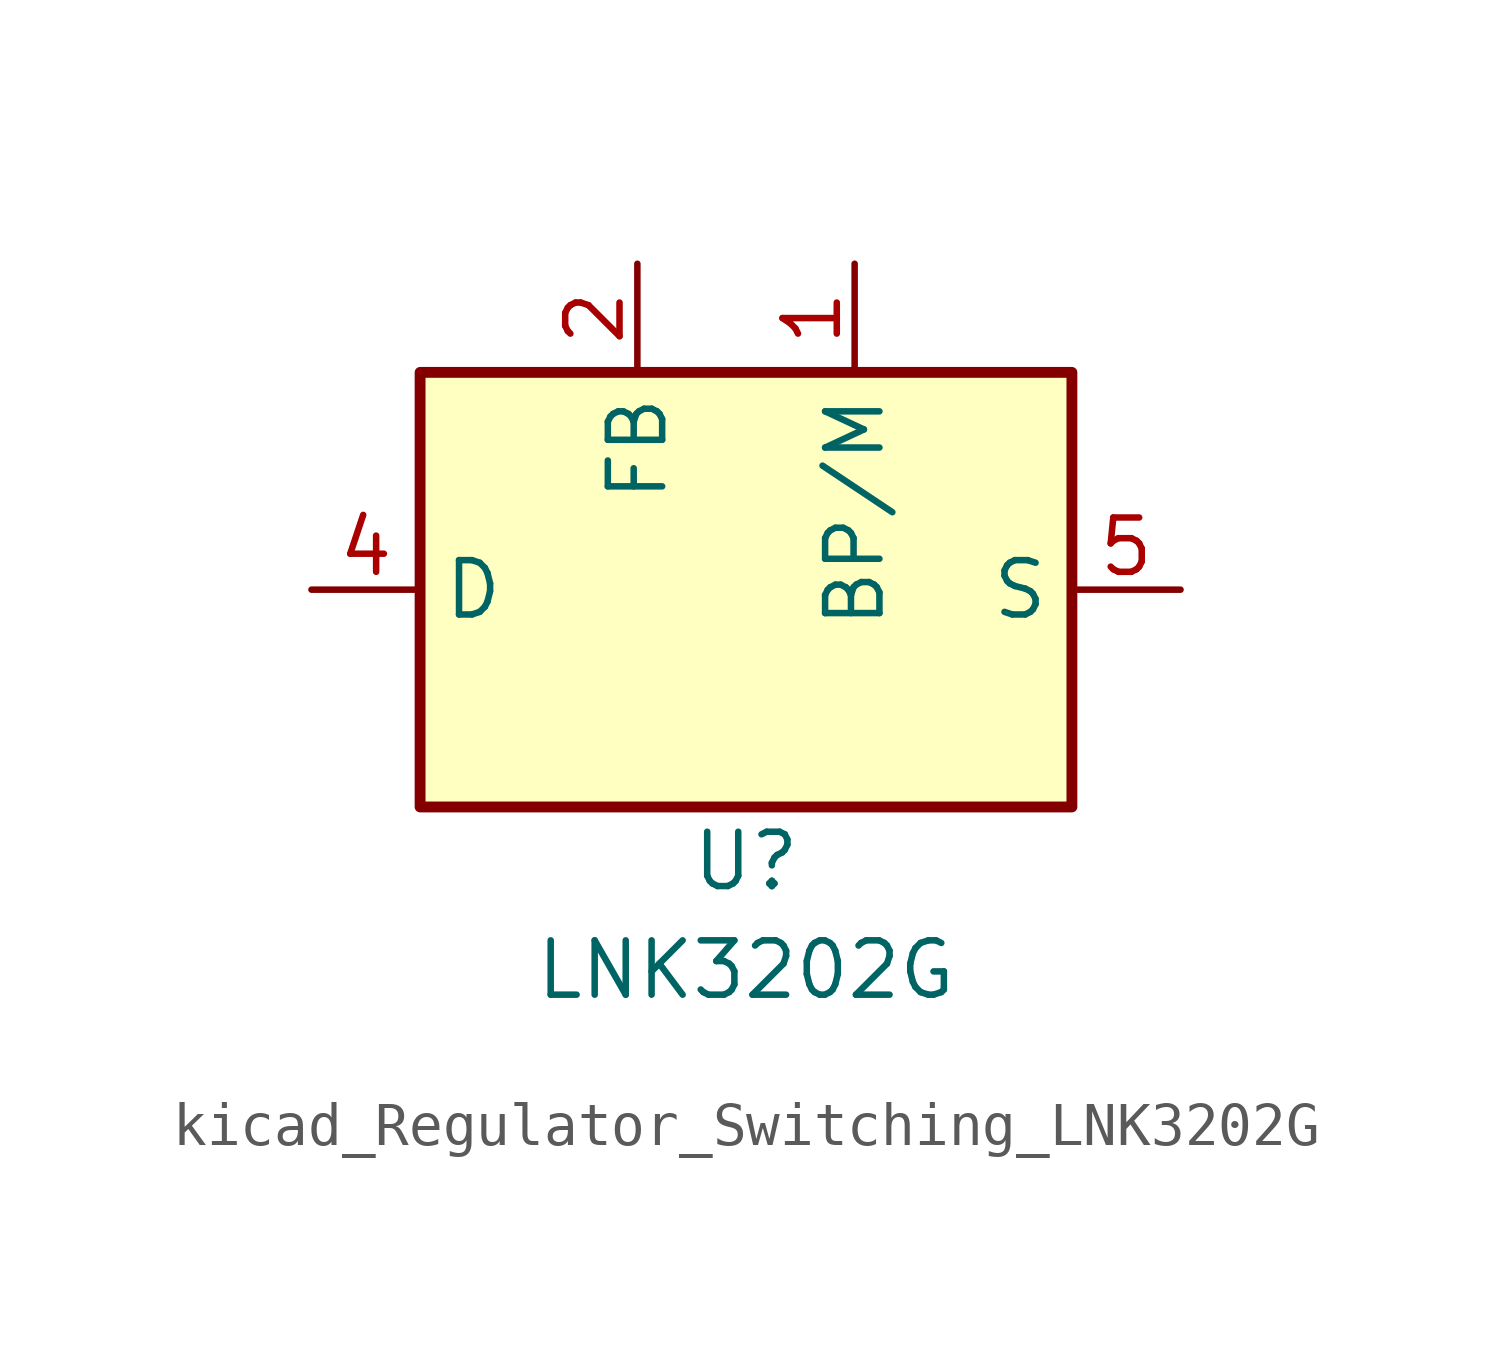
<source format=kicad_sym>
(kicad_symbol_lib
  (version 20220914)
  (generator kicad_symbol_editor)
  (symbol "kicad_Regulator_Switching_LNK3202G"
    (property "Reference" "U"
      (at 0 -6.35 0)
      (effects (font (size 1.27 1.27))))
    (property "Value" "LNK3202G"
      (at 0 -8.89 0)
      (effects (font (size 1.27 1.27))))
    (symbol "kicad_Regulator_Switching_LNK3202G_0_1"
      (rectangle (start -7.62 5.08) (end 7.62 -5.08) (stroke (width 0.254) (type default)) (fill (type background))))
    (symbol "kicad_Regulator_Switching_LNK3202G_1_1"
      (pin input line (at 2.54 7.62 270) (length 2.54) (name "BP/M" (effects (font (size 1.27 1.27)))) (number "1" (effects (font (size 1.27 1.27)))))
      (pin input line (at -2.54 7.62 270) (length 2.54) (name "FB" (effects (font (size 1.27 1.27)))) (number "2" (effects (font (size 1.27 1.27)))))
      (pin open_collector line (at -10.16 0 0) (length 2.54) (name "D" (effects (font (size 1.27 1.27)))) (number "4" (effects (font (size 1.27 1.27)))))
      (pin power_in line (at 10.16 0 180) (length 2.54) (name "S" (effects (font (size 1.27 1.27)))) (number "5" (effects (font (size 1.27 1.27)))))
      (pin passive line (at 10.16 0 180) (length 2.54) hide (name "S" (effects (font (size 1.27 1.27)))) (number "6" (effects (font (size 1.27 1.27)))))
      (pin passive line (at 10.16 0 180) (length 2.54) hide (name "S" (effects (font (size 1.27 1.27)))) (number "7" (effects (font (size 1.27 1.27)))))
      (pin passive line (at 10.16 0 180) (length 2.54) hide (name "S" (effects (font (size 1.27 1.27)))) (number "8" (effects (font (size 1.27 1.27))))))))
</source>
